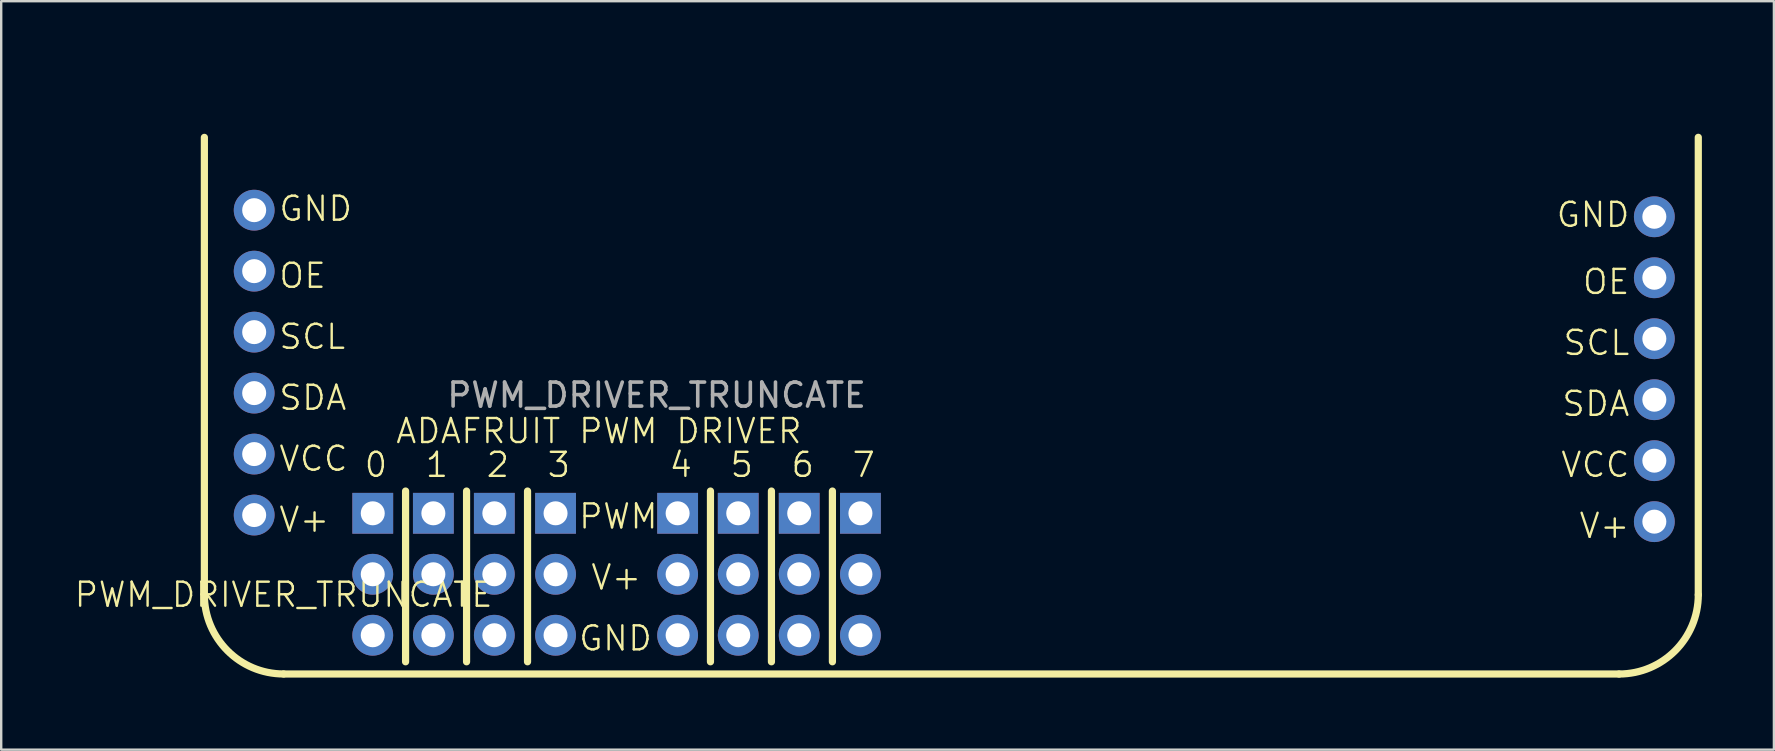
<source format=kicad_pcb>
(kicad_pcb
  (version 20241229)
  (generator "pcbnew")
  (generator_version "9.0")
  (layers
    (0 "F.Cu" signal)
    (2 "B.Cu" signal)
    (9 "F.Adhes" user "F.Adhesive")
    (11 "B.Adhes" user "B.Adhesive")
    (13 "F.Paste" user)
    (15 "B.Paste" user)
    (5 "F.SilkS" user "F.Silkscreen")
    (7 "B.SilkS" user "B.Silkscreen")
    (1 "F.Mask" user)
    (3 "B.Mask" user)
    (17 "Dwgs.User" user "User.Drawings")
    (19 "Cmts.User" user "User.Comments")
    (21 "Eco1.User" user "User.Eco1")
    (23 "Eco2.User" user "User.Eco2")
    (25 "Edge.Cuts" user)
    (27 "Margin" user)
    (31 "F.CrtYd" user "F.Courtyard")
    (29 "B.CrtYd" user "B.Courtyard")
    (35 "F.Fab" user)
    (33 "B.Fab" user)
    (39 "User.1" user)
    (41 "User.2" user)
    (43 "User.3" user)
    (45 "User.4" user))
  (footprint "PWM_DRIVER_TRUNCATE"
    (layer "F.Cu")
    (at 6.521 0.25)
    (property "Reference" "PWM_DRIVER_TRUNCATE" (at 2.244 21.473 0) (unlocked yes) (layer "F.SilkS") (effects (font (size 1 1) (thickness 0.1))))
    (attr through_hole)
    (fp_line (start -1.058 21.473) (end -1.058 2.423) (stroke (width 0.3) (type solid)) (layer "F.SilkS"))
    (fp_line (start 7.324 17.155) (end 7.324 24.267) (stroke (width 0.3) (type solid)) (layer "F.SilkS"))
    (fp_line (start 9.864 17.155) (end 9.864 24.267) (stroke (width 0.3) (type solid)) (layer "F.SilkS"))
    (fp_line (start 12.404 17.155) (end 12.404 24.267) (stroke (width 0.3) (type solid)) (layer "F.SilkS"))
    (fp_line (start 20.024 17.155) (end 20.024 24.267) (stroke (width 0.3) (type solid)) (layer "F.SilkS"))
    (fp_line (start 22.564 17.155) (end 22.564 24.267) (stroke (width 0.3) (type solid)) (layer "F.SilkS"))
    (fp_line (start 25.104 17.155) (end 25.104 24.267) (stroke (width 0.3) (type solid)) (layer "F.SilkS"))
    (fp_line (start 57.871 24.777) (end 2.244 24.775) (stroke (width 0.3) (type solid)) (layer "F.SilkS"))
    (fp_line (start 61.173 2.421) (end 61.173 21.475) (stroke (width 0.3) (type solid)) (layer "F.SilkS"))
    (fp_arc (start 2.243543 24.774751) (mid -0.091324 23.807618) (end -1.058457 21.472751) (stroke (width 0.3) (type solid)) (layer "F.SilkS"))
    (fp_arc (start 61.173476 21.474684) (mid 60.206342 23.80955) (end 57.871476 24.776684) (stroke (width 0.3) (type solid)) (layer "F.SilkS"))
    (fp_text user "7" (at 25.866 16.647 0) (unlocked yes) (layer "F.SilkS") (effects (font (size 1 1) (thickness 0.1)) (justify left bottom)))
    (fp_text user "ADAFRUIT PWM DRIVER" (at 6.858 15.24 0) (unlocked yes) (layer "F.SilkS") (effects (font (size 1 1) (thickness 0.1)) (justify left bottom)))
    (fp_text user "OE" (at 1.99 8.773 0) (unlocked yes) (layer "F.SilkS") (effects (font (size 1 1) (thickness 0.1)) (justify left bottom)))
    (fp_text user "5" (at 20.786 16.647 0) (unlocked yes) (layer "F.SilkS") (effects (font (size 1 1) (thickness 0.1)) (justify left bottom)))
    (fp_text user "0" (at 5.546 16.647 0) (unlocked yes) (layer "F.SilkS") (effects (font (size 1 1) (thickness 0.1)) (justify left bottom)))
    (fp_text user "SDA" (at 1.99 13.853 0) (unlocked yes) (layer "F.SilkS") (effects (font (size 1 1) (thickness 0.1)) (justify left bottom)))
    (fp_text user "V+" (at 58.378 19.187 0) (unlocked yes) (layer "F.SilkS") (effects (font (size 1 1) (thickness 0.1)) (justify right bottom)))
    (fp_text user "V+" (at 14.986 21.336 0) (unlocked yes) (layer "F.SilkS") (effects (font (size 1 1) (thickness 0.1)) (justify left bottom)))
    (fp_text user "GND" (at 14.478 23.876 0) (unlocked yes) (layer "F.SilkS") (effects (font (size 1 1) (thickness 0.1)) (justify left bottom)))
    (fp_text user "1" (at 8.086 16.647 0) (unlocked yes) (layer "F.SilkS") (effects (font (size 1 1) (thickness 0.1)) (justify left bottom)))
    (fp_text user "4" (at 18.246 16.647 0) (unlocked yes) (layer "F.SilkS") (effects (font (size 1 1) (thickness 0.1)) (justify left bottom)))
    (fp_text user "SCL" (at 58.378 11.567 0) (unlocked yes) (layer "F.SilkS") (effects (font (size 1 1) (thickness 0.1)) (justify right bottom)))
    (fp_text user "SDA" (at 58.378 14.107 0) (unlocked yes) (layer "F.SilkS") (effects (font (size 1 1) (thickness 0.1)) (justify right bottom)))
    (fp_text user "6" (at 23.326 16.647 0) (unlocked yes) (layer "F.SilkS") (effects (font (size 1 1) (thickness 0.1)) (justify left bottom)))
    (fp_text user "PWM" (at 14.478 18.796 0) (unlocked yes) (layer "F.SilkS") (effects (font (size 1 1) (thickness 0.1)) (justify left bottom)))
    (fp_text user "SCL" (at 1.99 11.313 0) (unlocked yes) (layer "F.SilkS") (effects (font (size 1 1) (thickness 0.1)) (justify left bottom)))
    (fp_text user "GND" (at 1.99 5.979 0) (unlocked yes) (layer "F.SilkS") (effects (font (size 1 1) (thickness 0.1)) (justify left bottom)))
    (fp_text user "OE" (at 58.378 9.027 0) (unlocked yes) (layer "F.SilkS") (effects (font (size 1 1) (thickness 0.1)) (justify right bottom)))
    (fp_text user "VCC" (at 1.99 16.393 0) (unlocked yes) (layer "F.SilkS") (effects (font (size 1 1) (thickness 0.1)) (justify left bottom)))
    (fp_text user "3" (at 13.166 16.647 0) (unlocked yes) (layer "F.SilkS") (effects (font (size 1 1) (thickness 0.1)) (justify left bottom)))
    (fp_text user "GND" (at 58.378 6.233 0) (unlocked yes) (layer "F.SilkS") (effects (font (size 1 1) (thickness 0.1)) (justify right bottom)))
    (fp_text user "VCC" (at 58.378 16.647 0) (unlocked yes) (layer "F.SilkS") (effects (font (size 1 1) (thickness 0.1)) (justify right bottom)))
    (fp_text user "2" (at 10.626 16.647 0) (unlocked yes) (layer "F.SilkS") (effects (font (size 1 1) (thickness 0.1)) (justify left bottom)))
    (fp_text user "V+" (at 1.99 18.933 0) (unlocked yes) (layer "F.SilkS") (effects (font (size 1 1) (thickness 0.1)) (justify left bottom)))
    (fp_text user "${REFERENCE}" (at 17.78 13.16 0) (unlocked yes) (layer "F.Fab") (effects (font (size 1 1) (thickness 0.15))))
    (pad "1" thru_hole circle (at 1.017 5.455) (size 1.7 1.7) (drill 1) (layers "*.Cu" "*.Mask"))
    (pad "1" thru_hole oval (at 59.342 5.73 180) (size 1.7 1.7) (drill 1) (layers "*.Cu" "*.Mask"))
    (pad "2" thru_hole oval (at 1.017 7.995) (size 1.7 1.7) (drill 1) (layers "*.Cu" "*.Mask"))
    (pad "2" thru_hole oval (at 59.342 8.27 180) (size 1.7 1.7) (drill 1) (layers "*.Cu" "*.Mask"))
    (pad "3" thru_hole oval (at 1.017 10.535) (size 1.7 1.7) (drill 1) (layers "*.Cu" "*.Mask"))
    (pad "3" thru_hole oval (at 59.342 10.81 180) (size 1.7 1.7) (drill 1) (layers "*.Cu" "*.Mask"))
    (pad "4" thru_hole oval (at 1.017 13.075) (size 1.7 1.7) (drill 1) (layers "*.Cu" "*.Mask"))
    (pad "4" thru_hole oval (at 59.342 13.35 180) (size 1.7 1.7) (drill 1) (layers "*.Cu" "*.Mask"))
    (pad "5" thru_hole oval (at 1.017 15.615) (size 1.7 1.7) (drill 1) (layers "*.Cu" "*.Mask"))
    (pad "5" thru_hole oval (at 59.342 15.89 180) (size 1.7 1.7) (drill 1) (layers "*.Cu" "*.Mask"))
    (pad "6" thru_hole oval (at 1.017 18.155) (size 1.7 1.7) (drill 1) (layers "*.Cu" "*.Mask"))
    (pad "6" thru_hole circle (at 59.342 18.43 180) (size 1.7 1.7) (drill 1) (layers "*.Cu" "*.Mask"))
    (pad "7" thru_hole rect (at 5.956 18.082) (size 1.7 1.7) (drill 1) (layers "*.Cu" "*.Mask"))
    (pad "8" thru_hole oval (at 5.956 20.622) (size 1.7 1.7) (drill 1) (layers "*.Cu" "*.Mask"))
    (pad "9" thru_hole oval (at 5.956 23.162) (size 1.7 1.7) (drill 1) (layers "*.Cu" "*.Mask"))
    (pad "10" thru_hole rect (at 8.481 18.082) (size 1.7 1.7) (drill 1) (layers "*.Cu" "*.Mask"))
    (pad "11" thru_hole oval (at 8.481 20.622) (size 1.7 1.7) (drill 1) (layers "*.Cu" "*.Mask"))
    (pad "12" thru_hole oval (at 8.481 23.162) (size 1.7 1.7) (drill 1) (layers "*.Cu" "*.Mask"))
    (pad "13" thru_hole rect (at 11.021 18.082) (size 1.7 1.7) (drill 1) (layers "*.Cu" "*.Mask"))
    (pad "14" thru_hole oval (at 11.021 20.622) (size 1.7 1.7) (drill 1) (layers "*.Cu" "*.Mask"))
    (pad "15" thru_hole oval (at 11.021 23.162) (size 1.7 1.7) (drill 1) (layers "*.Cu" "*.Mask"))
    (pad "16" thru_hole rect (at 13.571 18.082) (size 1.7 1.7) (drill 1) (layers "*.Cu" "*.Mask"))
    (pad "17" thru_hole oval (at 13.571 20.622) (size 1.7 1.7) (drill 1) (layers "*.Cu" "*.Mask"))
    (pad "18" thru_hole oval (at 13.571 23.162) (size 1.7 1.7) (drill 1) (layers "*.Cu" "*.Mask"))
    (pad "19" thru_hole rect (at 18.656 18.082) (size 1.7 1.7) (drill 1) (layers "*.Cu" "*.Mask"))
    (pad "20" thru_hole oval (at 18.656 20.622) (size 1.7 1.7) (drill 1) (layers "*.Cu" "*.Mask"))
    (pad "21" thru_hole oval (at 18.656 23.162) (size 1.7 1.7) (drill 1) (layers "*.Cu" "*.Mask"))
    (pad "22" thru_hole rect (at 21.181 18.082) (size 1.7 1.7) (drill 1) (layers "*.Cu" "*.Mask"))
    (pad "23" thru_hole oval (at 21.181 20.622) (size 1.7 1.7) (drill 1) (layers "*.Cu" "*.Mask"))
    (pad "24" thru_hole oval (at 21.181 23.162) (size 1.7 1.7) (drill 1) (layers "*.Cu" "*.Mask"))
    (pad "25" thru_hole rect (at 23.721 18.082) (size 1.7 1.7) (drill 1) (layers "*.Cu" "*.Mask"))
    (pad "26" thru_hole oval (at 23.721 20.622) (size 1.7 1.7) (drill 1) (layers "*.Cu" "*.Mask"))
    (pad "27" thru_hole oval (at 23.721 23.162) (size 1.7 1.7) (drill 1) (layers "*.Cu" "*.Mask"))
    (pad "28" thru_hole rect (at 26.271 18.082) (size 1.7 1.7) (drill 1) (layers "*.Cu" "*.Mask"))
    (pad "29" thru_hole oval (at 26.271 20.622) (size 1.7 1.7) (drill 1) (layers "*.Cu" "*.Mask"))
    (pad "30" thru_hole oval (at 26.271 23.162) (size 1.7 1.7) (drill 1) (layers "*.Cu" "*.Mask")))
  (gr_rect
    (start -3 -3)
    (end 70.844 28.177)
    (stroke (width 0.1) (type default))
    (fill no)
    (layer "Edge.Cuts")))
</source>
